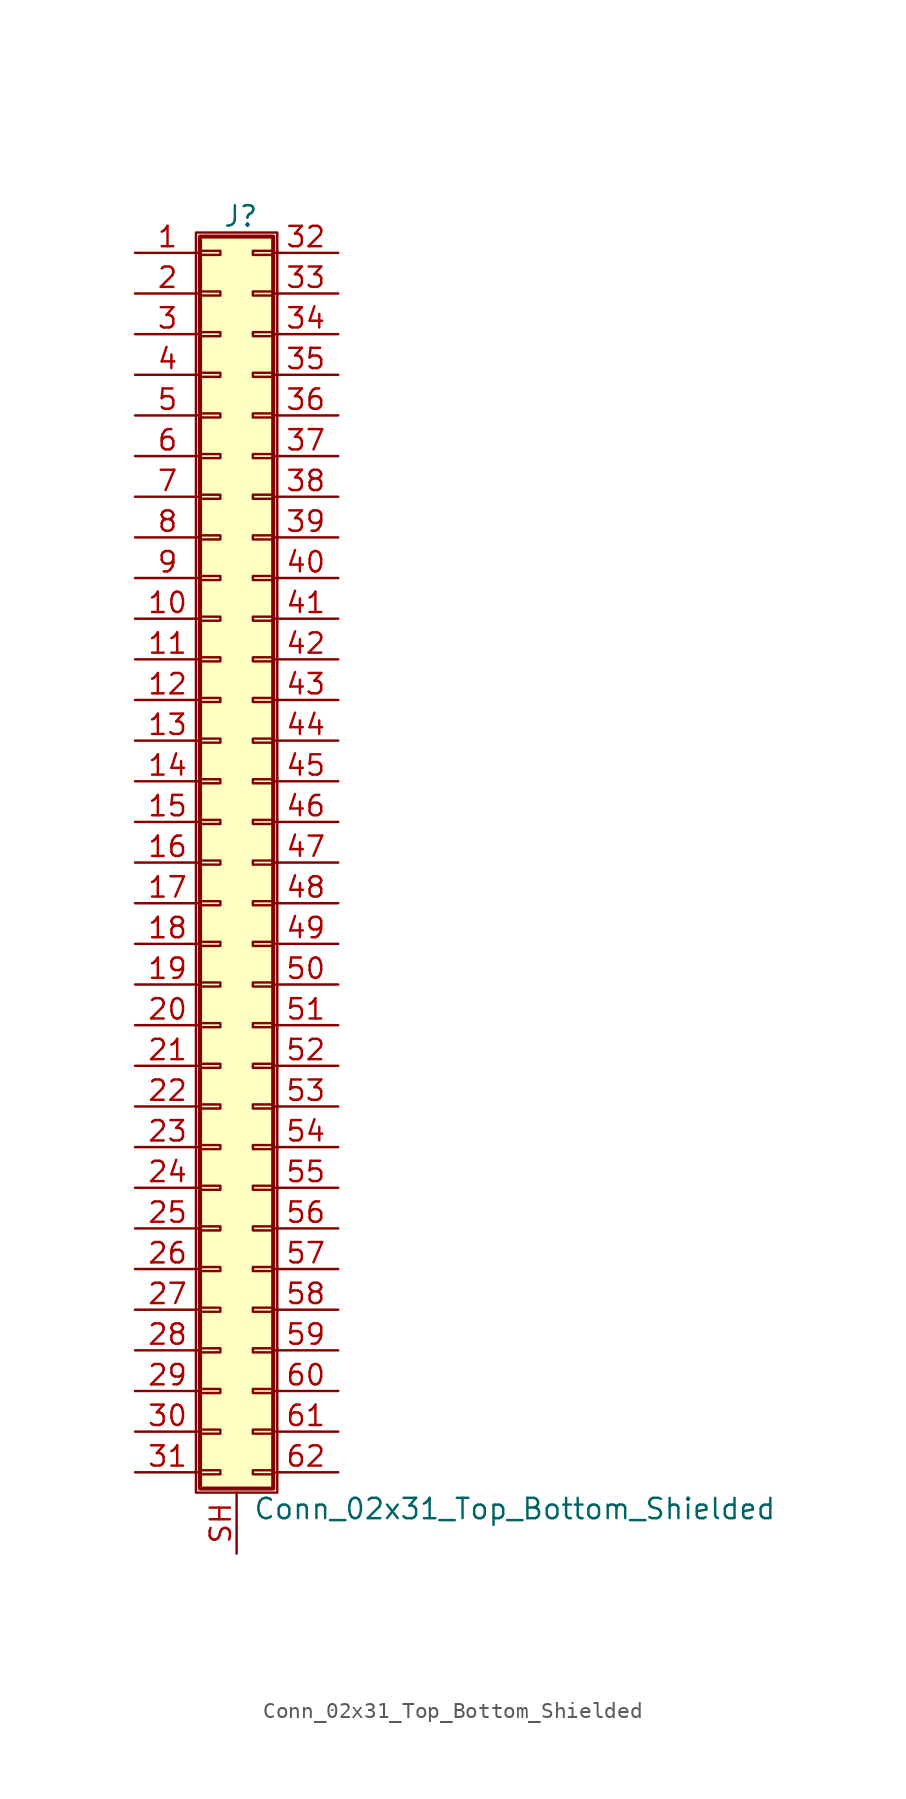
<source format=kicad_sym>
(kicad_symbol_lib
  (version 20220914)
  (generator kicad_symbol_editor)
  (symbol "Conn_02x31_Top_Bottom_Shielded"
    (pin_names
      (offset 1.016) hide)
    (property "Reference" "J"
      (at 1.524 40.386 0)
      (effects (font (size 1.27 1.27))))
    (property "Value" "Conn_02x31_Top_Bottom_Shielded"
      (at 2.286 -40.386 0)
      (effects (font (size 1.27 1.27)) (justify left)))
    (symbol "Conn_02x31_Top_Bottom_Shielded_1_1"
      (rectangle (start -1.27 39.37) (end 3.81 -39.37) (stroke (width 0.152) (type default)) (fill (type none)))
      (rectangle (start -1.016 -37.973) (end 0.254 -38.227) (stroke (width 0.152) (type default)) (fill (type none)))
      (rectangle (start -1.016 -35.433) (end 0.254 -35.687) (stroke (width 0.152) (type default)) (fill (type none)))
      (rectangle (start -1.016 -32.893) (end 0.254 -33.147) (stroke (width 0.152) (type default)) (fill (type none)))
      (rectangle (start -1.016 -30.353) (end 0.254 -30.607) (stroke (width 0.152) (type default)) (fill (type none)))
      (rectangle (start -1.016 -27.813) (end 0.254 -28.067) (stroke (width 0.152) (type default)) (fill (type none)))
      (rectangle (start -1.016 -25.273) (end 0.254 -25.527) (stroke (width 0.152) (type default)) (fill (type none)))
      (rectangle (start -1.016 -22.733) (end 0.254 -22.987) (stroke (width 0.152) (type default)) (fill (type none)))
      (rectangle (start -1.016 -20.193) (end 0.254 -20.447) (stroke (width 0.152) (type default)) (fill (type none)))
      (rectangle (start -1.016 -17.653) (end 0.254 -17.907) (stroke (width 0.152) (type default)) (fill (type none)))
      (rectangle (start -1.016 -15.113) (end 0.254 -15.367) (stroke (width 0.152) (type default)) (fill (type none)))
      (rectangle (start -1.016 -12.573) (end 0.254 -12.827) (stroke (width 0.152) (type default)) (fill (type none)))
      (rectangle (start -1.016 -10.033) (end 0.254 -10.287) (stroke (width 0.152) (type default)) (fill (type none)))
      (rectangle (start -1.016 -7.493) (end 0.254 -7.747) (stroke (width 0.152) (type default)) (fill (type none)))
      (rectangle (start -1.016 -4.953) (end 0.254 -5.207) (stroke (width 0.152) (type default)) (fill (type none)))
      (rectangle (start -1.016 -2.413) (end 0.254 -2.667) (stroke (width 0.152) (type default)) (fill (type none)))
      (rectangle (start -1.016 0.127) (end 0.254 -0.127) (stroke (width 0.152) (type default)) (fill (type none)))
      (rectangle (start -1.016 2.667) (end 0.254 2.413) (stroke (width 0.152) (type default)) (fill (type none)))
      (rectangle (start -1.016 5.207) (end 0.254 4.953) (stroke (width 0.152) (type default)) (fill (type none)))
      (rectangle (start -1.016 7.747) (end 0.254 7.493) (stroke (width 0.152) (type default)) (fill (type none)))
      (rectangle (start -1.016 10.287) (end 0.254 10.033) (stroke (width 0.152) (type default)) (fill (type none)))
      (rectangle (start -1.016 12.827) (end 0.254 12.573) (stroke (width 0.152) (type default)) (fill (type none)))
      (rectangle (start -1.016 15.367) (end 0.254 15.113) (stroke (width 0.152) (type default)) (fill (type none)))
      (rectangle (start -1.016 17.907) (end 0.254 17.653) (stroke (width 0.152) (type default)) (fill (type none)))
      (rectangle (start -1.016 20.447) (end 0.254 20.193) (stroke (width 0.152) (type default)) (fill (type none)))
      (rectangle (start -1.016 22.987) (end 0.254 22.733) (stroke (width 0.152) (type default)) (fill (type none)))
      (rectangle (start -1.016 25.527) (end 0.254 25.273) (stroke (width 0.152) (type default)) (fill (type none)))
      (rectangle (start -1.016 28.067) (end 0.254 27.813) (stroke (width 0.152) (type default)) (fill (type none)))
      (rectangle (start -1.016 30.607) (end 0.254 30.353) (stroke (width 0.152) (type default)) (fill (type none)))
      (rectangle (start -1.016 33.147) (end 0.254 32.893) (stroke (width 0.152) (type default)) (fill (type none)))
      (rectangle (start -1.016 35.687) (end 0.254 35.433) (stroke (width 0.152) (type default)) (fill (type none)))
      (rectangle (start -1.016 38.227) (end 0.254 37.973) (stroke (width 0.152) (type default)) (fill (type none)))
      (rectangle (start -1.016 39.116) (end 3.556 -39.116) (stroke (width 0.254) (type default)) (fill (type background)))
      (rectangle (start 3.556 -37.973) (end 2.286 -38.227) (stroke (width 0.152) (type default)) (fill (type none)))
      (rectangle (start 3.556 -35.433) (end 2.286 -35.687) (stroke (width 0.152) (type default)) (fill (type none)))
      (rectangle (start 3.556 -32.893) (end 2.286 -33.147) (stroke (width 0.152) (type default)) (fill (type none)))
      (rectangle (start 3.556 -30.353) (end 2.286 -30.607) (stroke (width 0.152) (type default)) (fill (type none)))
      (rectangle (start 3.556 -27.813) (end 2.286 -28.067) (stroke (width 0.152) (type default)) (fill (type none)))
      (rectangle (start 3.556 -25.273) (end 2.286 -25.527) (stroke (width 0.152) (type default)) (fill (type none)))
      (rectangle (start 3.556 -22.733) (end 2.286 -22.987) (stroke (width 0.152) (type default)) (fill (type none)))
      (rectangle (start 3.556 -20.193) (end 2.286 -20.447) (stroke (width 0.152) (type default)) (fill (type none)))
      (rectangle (start 3.556 -17.653) (end 2.286 -17.907) (stroke (width 0.152) (type default)) (fill (type none)))
      (rectangle (start 3.556 -15.113) (end 2.286 -15.367) (stroke (width 0.152) (type default)) (fill (type none)))
      (rectangle (start 3.556 -12.573) (end 2.286 -12.827) (stroke (width 0.152) (type default)) (fill (type none)))
      (rectangle (start 3.556 -10.033) (end 2.286 -10.287) (stroke (width 0.152) (type default)) (fill (type none)))
      (rectangle (start 3.556 -7.493) (end 2.286 -7.747) (stroke (width 0.152) (type default)) (fill (type none)))
      (rectangle (start 3.556 -4.953) (end 2.286 -5.207) (stroke (width 0.152) (type default)) (fill (type none)))
      (rectangle (start 3.556 -2.413) (end 2.286 -2.667) (stroke (width 0.152) (type default)) (fill (type none)))
      (rectangle (start 3.556 0.127) (end 2.286 -0.127) (stroke (width 0.152) (type default)) (fill (type none)))
      (rectangle (start 3.556 2.667) (end 2.286 2.413) (stroke (width 0.152) (type default)) (fill (type none)))
      (rectangle (start 3.556 5.207) (end 2.286 4.953) (stroke (width 0.152) (type default)) (fill (type none)))
      (rectangle (start 3.556 7.747) (end 2.286 7.493) (stroke (width 0.152) (type default)) (fill (type none)))
      (rectangle (start 3.556 10.287) (end 2.286 10.033) (stroke (width 0.152) (type default)) (fill (type none)))
      (rectangle (start 3.556 12.827) (end 2.286 12.573) (stroke (width 0.152) (type default)) (fill (type none)))
      (rectangle (start 3.556 15.367) (end 2.286 15.113) (stroke (width 0.152) (type default)) (fill (type none)))
      (rectangle (start 3.556 17.907) (end 2.286 17.653) (stroke (width 0.152) (type default)) (fill (type none)))
      (rectangle (start 3.556 20.447) (end 2.286 20.193) (stroke (width 0.152) (type default)) (fill (type none)))
      (rectangle (start 3.556 22.987) (end 2.286 22.733) (stroke (width 0.152) (type default)) (fill (type none)))
      (rectangle (start 3.556 25.527) (end 2.286 25.273) (stroke (width 0.152) (type default)) (fill (type none)))
      (rectangle (start 3.556 28.067) (end 2.286 27.813) (stroke (width 0.152) (type default)) (fill (type none)))
      (rectangle (start 3.556 30.607) (end 2.286 30.353) (stroke (width 0.152) (type default)) (fill (type none)))
      (rectangle (start 3.556 33.147) (end 2.286 32.893) (stroke (width 0.152) (type default)) (fill (type none)))
      (rectangle (start 3.556 35.687) (end 2.286 35.433) (stroke (width 0.152) (type default)) (fill (type none)))
      (rectangle (start 3.556 38.227) (end 2.286 37.973) (stroke (width 0.152) (type default)) (fill (type none)))
      (pin passive line (at -5.08 38.1 0) (length 4.064) (name "Pin_1" (effects (font (size 1.27 1.27)))) (number "1" (effects (font (size 1.27 1.27)))))
      (pin passive line (at -5.08 15.24 0) (length 4.064) (name "Pin_10" (effects (font (size 1.27 1.27)))) (number "10" (effects (font (size 1.27 1.27)))))
      (pin passive line (at -5.08 12.7 0) (length 4.064) (name "Pin_11" (effects (font (size 1.27 1.27)))) (number "11" (effects (font (size 1.27 1.27)))))
      (pin passive line (at -5.08 10.16 0) (length 4.064) (name "Pin_12" (effects (font (size 1.27 1.27)))) (number "12" (effects (font (size 1.27 1.27)))))
      (pin passive line (at -5.08 7.62 0) (length 4.064) (name "Pin_13" (effects (font (size 1.27 1.27)))) (number "13" (effects (font (size 1.27 1.27)))))
      (pin passive line (at -5.08 5.08 0) (length 4.064) (name "Pin_14" (effects (font (size 1.27 1.27)))) (number "14" (effects (font (size 1.27 1.27)))))
      (pin passive line (at -5.08 2.54 0) (length 4.064) (name "Pin_15" (effects (font (size 1.27 1.27)))) (number "15" (effects (font (size 1.27 1.27)))))
      (pin passive line (at -5.08 0 0) (length 4.064) (name "Pin_16" (effects (font (size 1.27 1.27)))) (number "16" (effects (font (size 1.27 1.27)))))
      (pin passive line (at -5.08 -2.54 0) (length 4.064) (name "Pin_17" (effects (font (size 1.27 1.27)))) (number "17" (effects (font (size 1.27 1.27)))))
      (pin passive line (at -5.08 -5.08 0) (length 4.064) (name "Pin_18" (effects (font (size 1.27 1.27)))) (number "18" (effects (font (size 1.27 1.27)))))
      (pin passive line (at -5.08 -7.62 0) (length 4.064) (name "Pin_19" (effects (font (size 1.27 1.27)))) (number "19" (effects (font (size 1.27 1.27)))))
      (pin passive line (at -5.08 35.56 0) (length 4.064) (name "Pin_2" (effects (font (size 1.27 1.27)))) (number "2" (effects (font (size 1.27 1.27)))))
      (pin passive line (at -5.08 -10.16 0) (length 4.064) (name "Pin_20" (effects (font (size 1.27 1.27)))) (number "20" (effects (font (size 1.27 1.27)))))
      (pin passive line (at -5.08 -12.7 0) (length 4.064) (name "Pin_21" (effects (font (size 1.27 1.27)))) (number "21" (effects (font (size 1.27 1.27)))))
      (pin passive line (at -5.08 -15.24 0) (length 4.064) (name "Pin_22" (effects (font (size 1.27 1.27)))) (number "22" (effects (font (size 1.27 1.27)))))
      (pin passive line (at -5.08 -17.78 0) (length 4.064) (name "Pin_23" (effects (font (size 1.27 1.27)))) (number "23" (effects (font (size 1.27 1.27)))))
      (pin passive line (at -5.08 -20.32 0) (length 4.064) (name "Pin_24" (effects (font (size 1.27 1.27)))) (number "24" (effects (font (size 1.27 1.27)))))
      (pin passive line (at -5.08 -22.86 0) (length 4.064) (name "Pin_25" (effects (font (size 1.27 1.27)))) (number "25" (effects (font (size 1.27 1.27)))))
      (pin passive line (at -5.08 -25.4 0) (length 4.064) (name "Pin_26" (effects (font (size 1.27 1.27)))) (number "26" (effects (font (size 1.27 1.27)))))
      (pin passive line (at -5.08 -27.94 0) (length 4.064) (name "Pin_27" (effects (font (size 1.27 1.27)))) (number "27" (effects (font (size 1.27 1.27)))))
      (pin passive line (at -5.08 -30.48 0) (length 4.064) (name "Pin_28" (effects (font (size 1.27 1.27)))) (number "28" (effects (font (size 1.27 1.27)))))
      (pin passive line (at -5.08 -33.02 0) (length 4.064) (name "Pin_29" (effects (font (size 1.27 1.27)))) (number "29" (effects (font (size 1.27 1.27)))))
      (pin passive line (at -5.08 33.02 0) (length 4.064) (name "Pin_3" (effects (font (size 1.27 1.27)))) (number "3" (effects (font (size 1.27 1.27)))))
      (pin passive line (at -5.08 -35.56 0) (length 4.064) (name "Pin_30" (effects (font (size 1.27 1.27)))) (number "30" (effects (font (size 1.27 1.27)))))
      (pin passive line (at -5.08 -38.1 0) (length 4.064) (name "Pin_31" (effects (font (size 1.27 1.27)))) (number "31" (effects (font (size 1.27 1.27)))))
      (pin passive line (at 7.62 38.1 180) (length 4.064) (name "Pin_32" (effects (font (size 1.27 1.27)))) (number "32" (effects (font (size 1.27 1.27)))))
      (pin passive line (at 7.62 35.56 180) (length 4.064) (name "Pin_33" (effects (font (size 1.27 1.27)))) (number "33" (effects (font (size 1.27 1.27)))))
      (pin passive line (at 7.62 33.02 180) (length 4.064) (name "Pin_34" (effects (font (size 1.27 1.27)))) (number "34" (effects (font (size 1.27 1.27)))))
      (pin passive line (at 7.62 30.48 180) (length 4.064) (name "Pin_35" (effects (font (size 1.27 1.27)))) (number "35" (effects (font (size 1.27 1.27)))))
      (pin passive line (at 7.62 27.94 180) (length 4.064) (name "Pin_36" (effects (font (size 1.27 1.27)))) (number "36" (effects (font (size 1.27 1.27)))))
      (pin passive line (at 7.62 25.4 180) (length 4.064) (name "Pin_37" (effects (font (size 1.27 1.27)))) (number "37" (effects (font (size 1.27 1.27)))))
      (pin passive line (at 7.62 22.86 180) (length 4.064) (name "Pin_38" (effects (font (size 1.27 1.27)))) (number "38" (effects (font (size 1.27 1.27)))))
      (pin passive line (at 7.62 20.32 180) (length 4.064) (name "Pin_39" (effects (font (size 1.27 1.27)))) (number "39" (effects (font (size 1.27 1.27)))))
      (pin passive line (at -5.08 30.48 0) (length 4.064) (name "Pin_4" (effects (font (size 1.27 1.27)))) (number "4" (effects (font (size 1.27 1.27)))))
      (pin passive line (at 7.62 17.78 180) (length 4.064) (name "Pin_40" (effects (font (size 1.27 1.27)))) (number "40" (effects (font (size 1.27 1.27)))))
      (pin passive line (at 7.62 15.24 180) (length 4.064) (name "Pin_41" (effects (font (size 1.27 1.27)))) (number "41" (effects (font (size 1.27 1.27)))))
      (pin passive line (at 7.62 12.7 180) (length 4.064) (name "Pin_42" (effects (font (size 1.27 1.27)))) (number "42" (effects (font (size 1.27 1.27)))))
      (pin passive line (at 7.62 10.16 180) (length 4.064) (name "Pin_43" (effects (font (size 1.27 1.27)))) (number "43" (effects (font (size 1.27 1.27)))))
      (pin passive line (at 7.62 7.62 180) (length 4.064) (name "Pin_44" (effects (font (size 1.27 1.27)))) (number "44" (effects (font (size 1.27 1.27)))))
      (pin passive line (at 7.62 5.08 180) (length 4.064) (name "Pin_45" (effects (font (size 1.27 1.27)))) (number "45" (effects (font (size 1.27 1.27)))))
      (pin passive line (at 7.62 2.54 180) (length 4.064) (name "Pin_46" (effects (font (size 1.27 1.27)))) (number "46" (effects (font (size 1.27 1.27)))))
      (pin passive line (at 7.62 0 180) (length 4.064) (name "Pin_47" (effects (font (size 1.27 1.27)))) (number "47" (effects (font (size 1.27 1.27)))))
      (pin passive line (at 7.62 -2.54 180) (length 4.064) (name "Pin_48" (effects (font (size 1.27 1.27)))) (number "48" (effects (font (size 1.27 1.27)))))
      (pin passive line (at 7.62 -5.08 180) (length 4.064) (name "Pin_49" (effects (font (size 1.27 1.27)))) (number "49" (effects (font (size 1.27 1.27)))))
      (pin passive line (at -5.08 27.94 0) (length 4.064) (name "Pin_5" (effects (font (size 1.27 1.27)))) (number "5" (effects (font (size 1.27 1.27)))))
      (pin passive line (at 7.62 -7.62 180) (length 4.064) (name "Pin_50" (effects (font (size 1.27 1.27)))) (number "50" (effects (font (size 1.27 1.27)))))
      (pin passive line (at 7.62 -10.16 180) (length 4.064) (name "Pin_51" (effects (font (size 1.27 1.27)))) (number "51" (effects (font (size 1.27 1.27)))))
      (pin passive line (at 7.62 -12.7 180) (length 4.064) (name "Pin_52" (effects (font (size 1.27 1.27)))) (number "52" (effects (font (size 1.27 1.27)))))
      (pin passive line (at 7.62 -15.24 180) (length 4.064) (name "Pin_53" (effects (font (size 1.27 1.27)))) (number "53" (effects (font (size 1.27 1.27)))))
      (pin passive line (at 7.62 -17.78 180) (length 4.064) (name "Pin_54" (effects (font (size 1.27 1.27)))) (number "54" (effects (font (size 1.27 1.27)))))
      (pin passive line (at 7.62 -20.32 180) (length 4.064) (name "Pin_55" (effects (font (size 1.27 1.27)))) (number "55" (effects (font (size 1.27 1.27)))))
      (pin passive line (at 7.62 -22.86 180) (length 4.064) (name "Pin_56" (effects (font (size 1.27 1.27)))) (number "56" (effects (font (size 1.27 1.27)))))
      (pin passive line (at 7.62 -25.4 180) (length 4.064) (name "Pin_57" (effects (font (size 1.27 1.27)))) (number "57" (effects (font (size 1.27 1.27)))))
      (pin passive line (at 7.62 -27.94 180) (length 4.064) (name "Pin_58" (effects (font (size 1.27 1.27)))) (number "58" (effects (font (size 1.27 1.27)))))
      (pin passive line (at 7.62 -30.48 180) (length 4.064) (name "Pin_59" (effects (font (size 1.27 1.27)))) (number "59" (effects (font (size 1.27 1.27)))))
      (pin passive line (at -5.08 25.4 0) (length 4.064) (name "Pin_6" (effects (font (size 1.27 1.27)))) (number "6" (effects (font (size 1.27 1.27)))))
      (pin passive line (at 7.62 -33.02 180) (length 4.064) (name "Pin_60" (effects (font (size 1.27 1.27)))) (number "60" (effects (font (size 1.27 1.27)))))
      (pin passive line (at 7.62 -35.56 180) (length 4.064) (name "Pin_61" (effects (font (size 1.27 1.27)))) (number "61" (effects (font (size 1.27 1.27)))))
      (pin passive line (at 7.62 -38.1 180) (length 4.064) (name "Pin_62" (effects (font (size 1.27 1.27)))) (number "62" (effects (font (size 1.27 1.27)))))
      (pin passive line (at -5.08 22.86 0) (length 4.064) (name "Pin_7" (effects (font (size 1.27 1.27)))) (number "7" (effects (font (size 1.27 1.27)))))
      (pin passive line (at -5.08 20.32 0) (length 4.064) (name "Pin_8" (effects (font (size 1.27 1.27)))) (number "8" (effects (font (size 1.27 1.27)))))
      (pin passive line (at -5.08 17.78 0) (length 4.064) (name "Pin_9" (effects (font (size 1.27 1.27)))) (number "9" (effects (font (size 1.27 1.27)))))
      (pin passive line (at 1.27 -43.18 90) (length 3.81) (name "Shield" (effects (font (size 1.27 1.27)))) (number "SH" (effects (font (size 1.27 1.27))))))))
</source>
